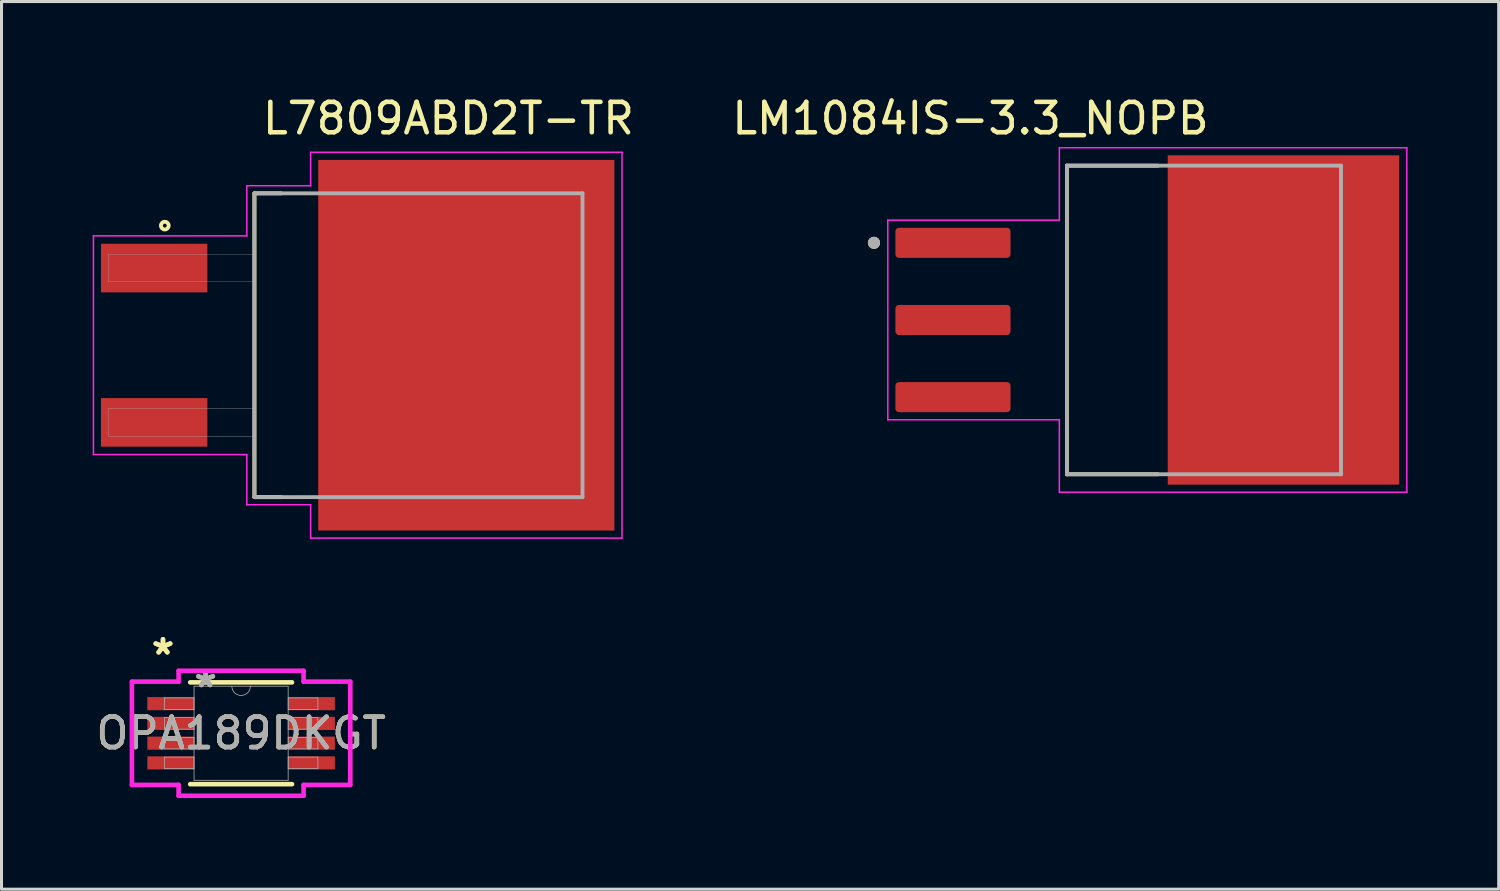
<source format=kicad_pcb>
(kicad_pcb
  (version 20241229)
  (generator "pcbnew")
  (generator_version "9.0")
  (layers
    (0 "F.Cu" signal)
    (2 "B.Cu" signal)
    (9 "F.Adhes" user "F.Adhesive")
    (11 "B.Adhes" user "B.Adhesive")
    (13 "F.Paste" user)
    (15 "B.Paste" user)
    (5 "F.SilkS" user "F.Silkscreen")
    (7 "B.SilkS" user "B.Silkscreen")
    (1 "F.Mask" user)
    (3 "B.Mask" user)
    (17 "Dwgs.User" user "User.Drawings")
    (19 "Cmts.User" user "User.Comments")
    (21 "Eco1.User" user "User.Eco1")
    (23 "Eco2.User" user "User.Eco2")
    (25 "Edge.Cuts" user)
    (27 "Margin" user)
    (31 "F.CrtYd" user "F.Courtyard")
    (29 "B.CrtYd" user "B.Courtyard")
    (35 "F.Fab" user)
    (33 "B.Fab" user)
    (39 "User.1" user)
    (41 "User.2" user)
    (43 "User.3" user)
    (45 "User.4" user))
  (footprint "OPA189DKGT"
    (layer "F.Cu")
    (at 4.887 21.088)
    (property "Reference" "OPA189DKGT" (at 0 0 0) (unlocked yes) (layer "F.SilkS") (effects (font (size 1 1) (thickness 0.15))))
    (attr smd)
    (fp_line (start -1.676 1.676) (end 1.676 1.676) (stroke (width 0.152) (type solid)) (layer "F.SilkS"))
    (fp_line (start 1.676 -1.676) (end -1.676 -1.676) (stroke (width 0.152) (type solid)) (layer "F.SilkS"))
    (fp_line (start -3.594 -1.699) (end -2.057 -1.699) (stroke (width 0.152) (type solid)) (layer "F.CrtYd"))
    (fp_line (start -3.594 1.699) (end -3.594 -1.699) (stroke (width 0.152) (type solid)) (layer "F.CrtYd"))
    (fp_line (start -3.594 1.699) (end -2.057 1.699) (stroke (width 0.152) (type solid)) (layer "F.CrtYd"))
    (fp_line (start -2.057 -2.057) (end 2.057 -2.057) (stroke (width 0.152) (type solid)) (layer "F.CrtYd"))
    (fp_line (start -2.057 -1.699) (end -2.057 -2.057) (stroke (width 0.152) (type solid)) (layer "F.CrtYd"))
    (fp_line (start -2.057 2.057) (end -2.057 1.699) (stroke (width 0.152) (type solid)) (layer "F.CrtYd"))
    (fp_line (start 2.057 -2.057) (end 2.057 -1.699) (stroke (width 0.152) (type solid)) (layer "F.CrtYd"))
    (fp_line (start 2.057 1.699) (end 2.057 2.057) (stroke (width 0.152) (type solid)) (layer "F.CrtYd"))
    (fp_line (start 2.057 2.057) (end -2.057 2.057) (stroke (width 0.152) (type solid)) (layer "F.CrtYd"))
    (fp_line (start 3.594 -1.699) (end 2.057 -1.699) (stroke (width 0.152) (type solid)) (layer "F.CrtYd"))
    (fp_line (start 3.594 -1.699) (end 3.594 1.699) (stroke (width 0.152) (type solid)) (layer "F.CrtYd"))
    (fp_line (start 3.594 1.699) (end 2.057 1.699) (stroke (width 0.152) (type solid)) (layer "F.CrtYd"))
    (fp_line (start -2.527 -1.165) (end -2.527 -0.784) (stroke (width 0.025) (type solid)) (layer "F.Fab"))
    (fp_line (start -2.527 -0.784) (end -1.549 -0.784) (stroke (width 0.025) (type solid)) (layer "F.Fab"))
    (fp_line (start -2.527 -0.515) (end -2.527 -0.135) (stroke (width 0.025) (type solid)) (layer "F.Fab"))
    (fp_line (start -2.527 -0.135) (end -1.549 -0.135) (stroke (width 0.025) (type solid)) (layer "F.Fab"))
    (fp_line (start -2.527 0.135) (end -2.527 0.515) (stroke (width 0.025) (type solid)) (layer "F.Fab"))
    (fp_line (start -2.527 0.515) (end -1.549 0.515) (stroke (width 0.025) (type solid)) (layer "F.Fab"))
    (fp_line (start -2.527 0.784) (end -2.527 1.165) (stroke (width 0.025) (type solid)) (layer "F.Fab"))
    (fp_line (start -2.527 1.165) (end -1.549 1.165) (stroke (width 0.025) (type solid)) (layer "F.Fab"))
    (fp_line (start -1.549 -1.549) (end -1.549 1.549) (stroke (width 0.025) (type solid)) (layer "F.Fab"))
    (fp_line (start -1.549 -1.165) (end -2.527 -1.165) (stroke (width 0.025) (type solid)) (layer "F.Fab"))
    (fp_line (start -1.549 -0.784) (end -1.549 -1.165) (stroke (width 0.025) (type solid)) (layer "F.Fab"))
    (fp_line (start -1.549 -0.515) (end -2.527 -0.515) (stroke (width 0.025) (type solid)) (layer "F.Fab"))
    (fp_line (start -1.549 -0.135) (end -1.549 -0.515) (stroke (width 0.025) (type solid)) (layer "F.Fab"))
    (fp_line (start -1.549 0.135) (end -2.527 0.135) (stroke (width 0.025) (type solid)) (layer "F.Fab"))
    (fp_line (start -1.549 0.515) (end -1.549 0.135) (stroke (width 0.025) (type solid)) (layer "F.Fab"))
    (fp_line (start -1.549 0.784) (end -2.527 0.784) (stroke (width 0.025) (type solid)) (layer "F.Fab"))
    (fp_line (start -1.549 1.165) (end -1.549 0.784) (stroke (width 0.025) (type solid)) (layer "F.Fab"))
    (fp_line (start -1.549 1.549) (end 1.549 1.549) (stroke (width 0.025) (type solid)) (layer "F.Fab"))
    (fp_line (start 1.549 -1.549) (end -1.549 -1.549) (stroke (width 0.025) (type solid)) (layer "F.Fab"))
    (fp_line (start 1.549 -1.165) (end 1.549 -0.784) (stroke (width 0.025) (type solid)) (layer "F.Fab"))
    (fp_line (start 1.549 -0.784) (end 2.527 -0.784) (stroke (width 0.025) (type solid)) (layer "F.Fab"))
    (fp_line (start 1.549 -0.515) (end 1.549 -0.135) (stroke (width 0.025) (type solid)) (layer "F.Fab"))
    (fp_line (start 1.549 -0.135) (end 2.527 -0.135) (stroke (width 0.025) (type solid)) (layer "F.Fab"))
    (fp_line (start 1.549 0.135) (end 1.549 0.515) (stroke (width 0.025) (type solid)) (layer "F.Fab"))
    (fp_line (start 1.549 0.515) (end 2.527 0.515) (stroke (width 0.025) (type solid)) (layer "F.Fab"))
    (fp_line (start 1.549 0.784) (end 1.549 1.165) (stroke (width 0.025) (type solid)) (layer "F.Fab"))
    (fp_line (start 1.549 1.165) (end 2.527 1.165) (stroke (width 0.025) (type solid)) (layer "F.Fab"))
    (fp_line (start 1.549 1.549) (end 1.549 -1.549) (stroke (width 0.025) (type solid)) (layer "F.Fab"))
    (fp_line (start 2.527 -1.165) (end 1.549 -1.165) (stroke (width 0.025) (type solid)) (layer "F.Fab"))
    (fp_line (start 2.527 -0.784) (end 2.527 -1.165) (stroke (width 0.025) (type solid)) (layer "F.Fab"))
    (fp_line (start 2.527 -0.515) (end 1.549 -0.515) (stroke (width 0.025) (type solid)) (layer "F.Fab"))
    (fp_line (start 2.527 -0.135) (end 2.527 -0.515) (stroke (width 0.025) (type solid)) (layer "F.Fab"))
    (fp_line (start 2.527 0.135) (end 1.549 0.135) (stroke (width 0.025) (type solid)) (layer "F.Fab"))
    (fp_line (start 2.527 0.515) (end 2.527 0.135) (stroke (width 0.025) (type solid)) (layer "F.Fab"))
    (fp_line (start 2.527 0.784) (end 1.549 0.784) (stroke (width 0.025) (type solid)) (layer "F.Fab"))
    (fp_line (start 2.527 1.165) (end 2.527 0.784) (stroke (width 0.025) (type solid)) (layer "F.Fab"))
    (fp_arc (start 0.3048 -1.5494) (mid 0 -1.2446) (end -0.3048 -1.5494) (stroke (width 0.0254) (type solid)) (layer "F.Fab"))
    (fp_text user "*" (at -2.572 -2.55 0) (unlocked yes) (layer "F.SilkS") (effects (font (size 1 1) (thickness 0.15))))
    (fp_text user "*" (at -2.572 -2.55 0) (layer "F.SilkS") (effects (font (size 1 1) (thickness 0.15))))
    (fp_text user "${REFERENCE}" (at 0 0 0) (unlocked yes) (layer "F.Fab") (effects (font (size 1 1) (thickness 0.15))))
    (fp_text user "*" (at -1.168 -1.473 0) (layer "F.Fab") (effects (font (size 1 1) (thickness 0.15))))
    (fp_text user "*" (at -1.168 -1.473 0) (unlocked yes) (layer "F.Fab") (effects (font (size 1 1) (thickness 0.15))))
    (pad "1" smd rect (at -2.318 -0.975) (size 1.537 0.432) (layers "F.Cu" "F.Mask" "F.Paste"))
    (pad "2" smd rect (at -2.318 -0.325) (size 1.537 0.432) (layers "F.Cu" "F.Mask" "F.Paste"))
    (pad "3" smd rect (at -2.318 0.325) (size 1.537 0.432) (layers "F.Cu" "F.Mask" "F.Paste"))
    (pad "4" smd rect (at -2.318 0.975) (size 1.537 0.432) (layers "F.Cu" "F.Mask" "F.Paste"))
    (pad "5" smd rect (at 2.318 0.975) (size 1.537 0.432) (layers "F.Cu" "F.Mask" "F.Paste"))
    (pad "6" smd rect (at 2.318 0.325) (size 1.537 0.432) (layers "F.Cu" "F.Mask" "F.Paste"))
    (pad "7" smd rect (at 2.318 -0.325) (size 1.537 0.432) (layers "F.Cu" "F.Mask" "F.Paste"))
    (pad "8" smd rect (at 2.318 -0.975) (size 1.537 0.432) (layers "F.Cu" "F.Mask" "F.Paste")))
  (footprint "LM1084IS-3.3_NOPB"
    (layer "F.Cu")
    (at 34.72 7.483)
    (property "Reference" "LM1084IS-3.3_NOPB" (at -5.825 -6.635 0) (layer "F.SilkS") (effects (font (size 1 1) (thickness 0.15))))
    (attr smd)
    (fp_line (start -2.648 -5.08) (end -2.648 5.08) (stroke (width 0.127) (type solid)) (layer "F.SilkS"))
    (fp_line (start -2.648 5.08) (end 0.35 5.08) (stroke (width 0.127) (type solid)) (layer "F.SilkS"))
    (fp_line (start 0.35 -5.08) (end -2.648 -5.08) (stroke (width 0.127) (type solid)) (layer "F.SilkS"))
    (fp_circle (center -9 -2.54) (end -8.9 -2.54) (stroke (width 0.2) (type solid)) (fill no) (layer "F.SilkS"))
    (fp_poly (pts (xy 1.215 -5.13) (xy 7.745 -5.13) (xy 7.745 5.13) (xy 1.215 5.13)) (stroke (width 0.01) (type solid)) (fill yes) (layer "F.Paste"))
    (fp_line (start -8.545 -3.285) (end -8.545 3.285) (stroke (width 0.05) (type solid)) (layer "F.CrtYd"))
    (fp_line (start -8.545 3.285) (end -2.898 3.285) (stroke (width 0.05) (type solid)) (layer "F.CrtYd"))
    (fp_line (start -2.898 -5.67) (end -2.898 -3.285) (stroke (width 0.05) (type solid)) (layer "F.CrtYd"))
    (fp_line (start -2.898 -3.285) (end -8.545 -3.285) (stroke (width 0.05) (type solid)) (layer "F.CrtYd"))
    (fp_line (start -2.898 3.285) (end -2.898 5.67) (stroke (width 0.05) (type solid)) (layer "F.CrtYd"))
    (fp_line (start -2.898 5.67) (end 8.54 5.67) (stroke (width 0.05) (type solid)) (layer "F.CrtYd"))
    (fp_line (start 8.54 -5.67) (end -2.898 -5.67) (stroke (width 0.05) (type solid)) (layer "F.CrtYd"))
    (fp_line (start 8.54 5.67) (end 8.54 -5.67) (stroke (width 0.05) (type solid)) (layer "F.CrtYd"))
    (fp_line (start -2.648 -5.08) (end 6.373 -5.08) (stroke (width 0.127) (type solid)) (layer "F.Fab"))
    (fp_line (start -2.648 5.08) (end -2.648 -5.08) (stroke (width 0.127) (type solid)) (layer "F.Fab"))
    (fp_line (start 6.373 -5.08) (end 6.373 5.08) (stroke (width 0.127) (type solid)) (layer "F.Fab"))
    (fp_line (start 6.373 5.08) (end -2.648 5.08) (stroke (width 0.127) (type solid)) (layer "F.Fab"))
    (fp_circle (center -9 -2.54) (end -8.9 -2.54) (stroke (width 0.2) (type solid)) (fill no) (layer "F.Fab"))
    (pad "1" smd roundrect (at -6.4 -2.54) (size 3.79 0.99) (layers "F.Cu" "F.Mask" "F.Paste") (roundrect_rratio 0.12))
    (pad "2" smd roundrect (at -6.4 0) (size 3.79 0.99) (layers "F.Cu" "F.Mask" "F.Paste") (roundrect_rratio 0.12))
    (pad "2" smd rect (at 4.48 0) (size 7.62 10.84) (layers "F.Cu" "F.Mask"))
    (pad "3" smd roundrect (at -6.4 2.54) (size 3.79 0.99) (layers "F.Cu" "F.Mask" "F.Paste") (roundrect_rratio 0.12)))
  (footprint "L7809ABD2T-TR"
    (layer "F.Cu")
    (at 8.725 8.314)
    (property "Reference" "L7809ABD2T-TR" (at 2.987 -7.466 0) (layer "F.SilkS") (effects (font (size 1.001 1.001) (thickness 0.15))))
    (attr smd)
    (fp_line (start -3.4 -5) (end -2.515 -5) (stroke (width 0.127) (type solid)) (layer "F.SilkS"))
    (fp_line (start -3.4 5) (end -3.4 -5) (stroke (width 0.127) (type solid)) (layer "F.SilkS"))
    (fp_line (start -2.515 5) (end -3.4 5) (stroke (width 0.127) (type solid)) (layer "F.SilkS"))
    (fp_circle (center -6.35 -3.937) (end -6.223 -3.937) (stroke (width 0.127) (type solid)) (fill no) (layer "F.SilkS"))
    (fp_poly (pts (xy -0.07 -3.83) (xy 7.22 -3.83) (xy 7.22 3.837) (xy -0.07 3.834)) (stroke (width 0.01) (type solid)) (fill yes) (layer "F.Paste"))
    (fp_line (start -8.7 -3.6) (end -3.65 -3.6) (stroke (width 0.05) (type solid)) (layer "F.CrtYd"))
    (fp_line (start -8.7 3.6) (end -8.7 -3.6) (stroke (width 0.05) (type solid)) (layer "F.CrtYd"))
    (fp_line (start -3.65 -5.25) (end -1.55 -5.25) (stroke (width 0.05) (type solid)) (layer "F.CrtYd"))
    (fp_line (start -3.65 -3.6) (end -3.65 -5.25) (stroke (width 0.05) (type solid)) (layer "F.CrtYd"))
    (fp_line (start -3.65 3.6) (end -8.7 3.6) (stroke (width 0.05) (type solid)) (layer "F.CrtYd"))
    (fp_line (start -3.65 5.25) (end -3.65 3.6) (stroke (width 0.05) (type solid)) (layer "F.CrtYd"))
    (fp_line (start -1.55 -6.35) (end 8.7 -6.35) (stroke (width 0.05) (type solid)) (layer "F.CrtYd"))
    (fp_line (start -1.55 -5.25) (end -1.55 -6.35) (stroke (width 0.05) (type solid)) (layer "F.CrtYd"))
    (fp_line (start -1.55 5.25) (end -3.65 5.25) (stroke (width 0.05) (type solid)) (layer "F.CrtYd"))
    (fp_line (start -1.55 6.35) (end -1.55 5.25) (stroke (width 0.05) (type solid)) (layer "F.CrtYd"))
    (fp_line (start 8.7 -6.35) (end 8.7 6.35) (stroke (width 0.05) (type solid)) (layer "F.CrtYd"))
    (fp_line (start 8.7 6.35) (end -1.55 6.35) (stroke (width 0.05) (type solid)) (layer "F.CrtYd"))
    (fp_line (start -3.4 -5) (end 7.4 -5) (stroke (width 0.127) (type solid)) (layer "F.Fab"))
    (fp_line (start -3.4 5) (end -3.4 -5) (stroke (width 0.127) (type solid)) (layer "F.Fab"))
    (fp_line (start 7.4 -5) (end 7.4 5) (stroke (width 0.127) (type solid)) (layer "F.Fab"))
    (fp_line (start 7.4 5) (end -3.4 5) (stroke (width 0.127) (type solid)) (layer "F.Fab"))
    (fp_poly (pts (xy -8.216 2.09) (xy -3.4 2.09) (xy -3.4 2.996) (xy -8.216 2.996)) (stroke (width 0.01) (type solid)) (fill no) (layer "F.Fab"))
    (fp_poly (pts (xy -8.215 -2.99) (xy -3.4 -2.99) (xy -3.4 -2.094) (xy -8.215 -2.094)) (stroke (width 0.01) (type solid)) (fill no) (layer "F.Fab"))
    (pad "1" smd rect (at -6.7 -2.54 270) (size 1.6 3.5) (layers "F.Cu" "F.Mask" "F.Paste"))
    (pad "2" smd rect (at 3.575 0 270) (size 12.2 9.75) (layers "F.Cu" "F.Mask"))
    (pad "3" smd rect (at -6.7 2.54 270) (size 1.6 3.5) (layers "F.Cu" "F.Mask" "F.Paste")))
  (gr_rect
    (start -3 -3)
    (end 46.285 26.221)
    (stroke (width 0.1) (type default))
    (fill no)
    (layer "Edge.Cuts")))
</source>
